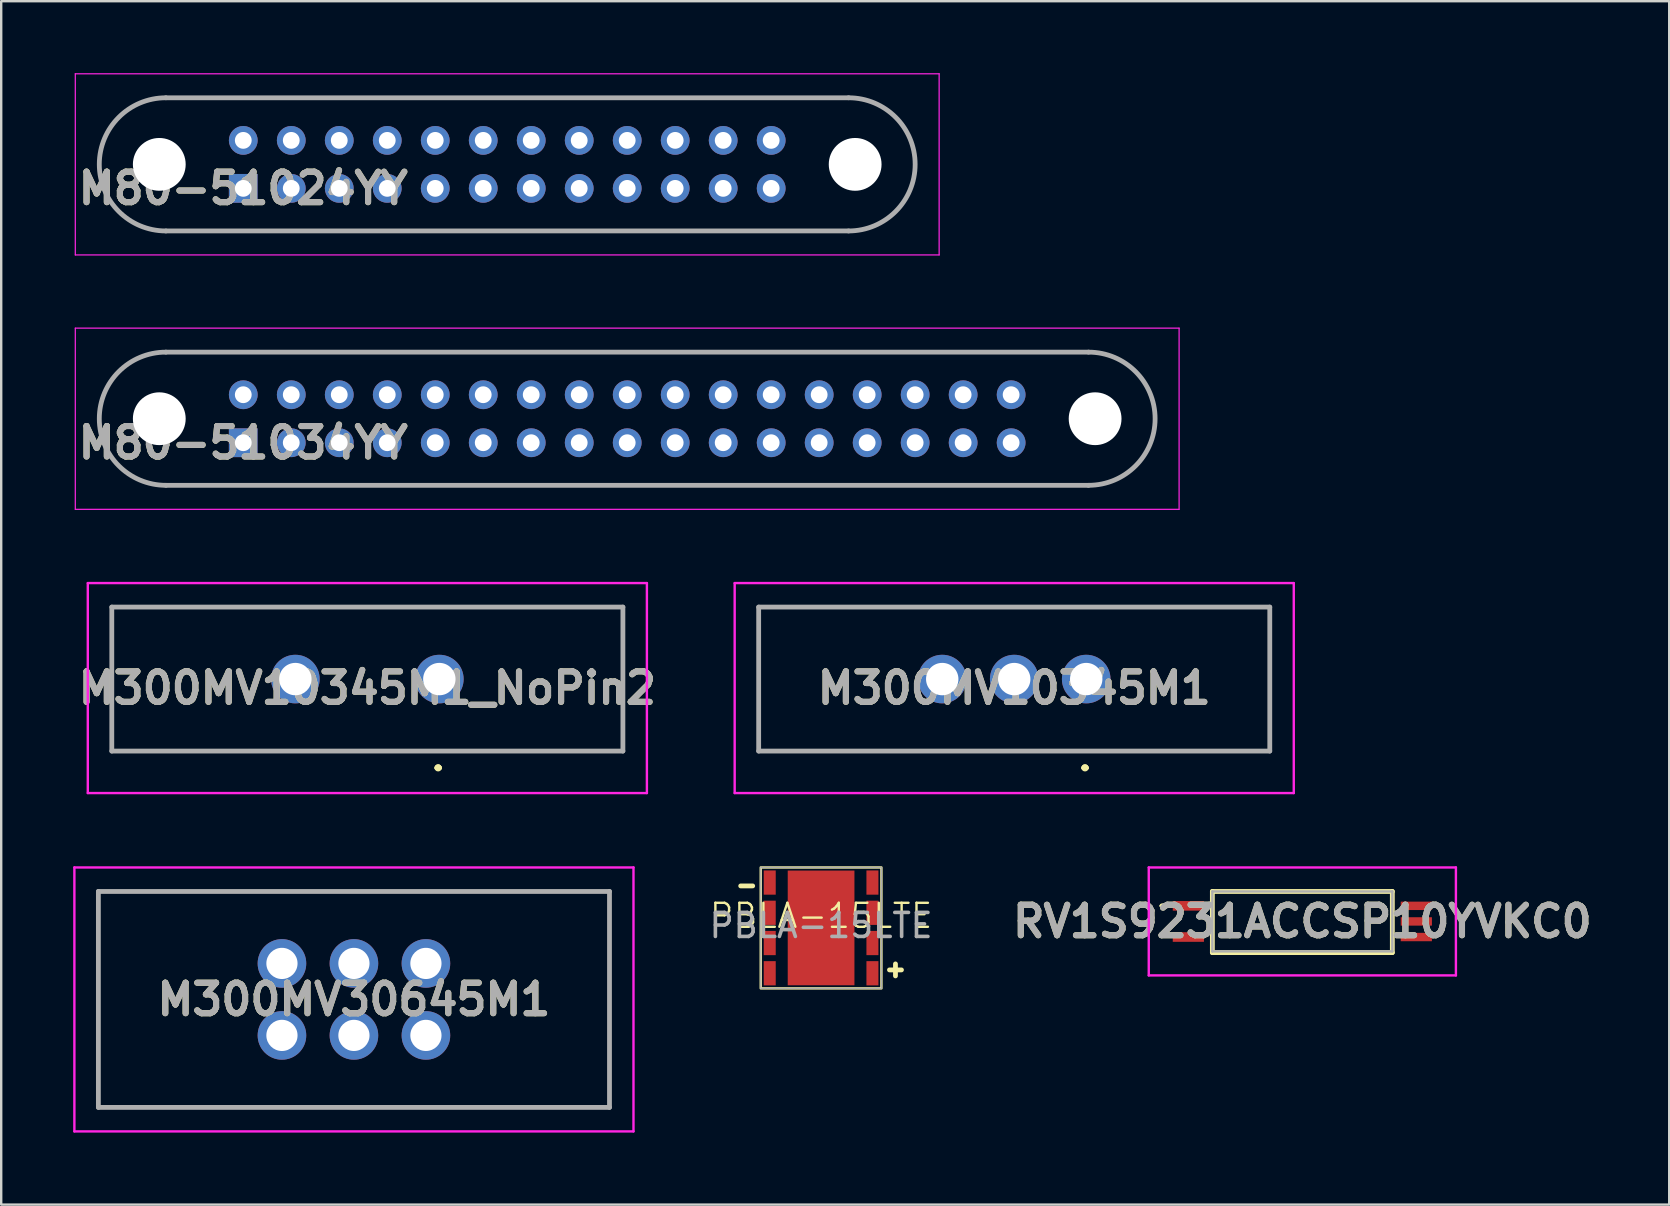
<source format=kicad_pcb>
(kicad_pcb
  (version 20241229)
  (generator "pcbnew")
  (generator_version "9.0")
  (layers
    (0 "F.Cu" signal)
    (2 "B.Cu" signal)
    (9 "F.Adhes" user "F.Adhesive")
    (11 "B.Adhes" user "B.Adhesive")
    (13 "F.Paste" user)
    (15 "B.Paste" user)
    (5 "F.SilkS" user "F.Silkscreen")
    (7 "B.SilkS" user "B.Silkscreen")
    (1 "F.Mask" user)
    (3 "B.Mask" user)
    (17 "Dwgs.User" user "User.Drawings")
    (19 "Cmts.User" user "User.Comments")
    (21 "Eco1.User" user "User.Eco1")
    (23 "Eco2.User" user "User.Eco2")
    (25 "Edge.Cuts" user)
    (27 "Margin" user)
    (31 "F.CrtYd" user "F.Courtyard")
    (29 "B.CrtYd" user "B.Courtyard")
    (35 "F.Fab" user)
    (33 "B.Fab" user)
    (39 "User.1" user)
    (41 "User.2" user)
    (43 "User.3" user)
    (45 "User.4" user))
  (footprint "M300MV30645M1"
    (layer "F.Cu")
    (at 14.7 37.1)
    (property "Reference" "M300MV30645M1" (at -3 1.5 0) (layer "F.SilkS") (effects (font (size 1.27 1.27) (thickness 0.254))))
    (attr through_hole)
    (fp_line (start -13.65 -3) (end -13.65 6) (stroke (width 0.1) (type solid)) (layer "F.SilkS"))
    (fp_line (start -13.65 6) (end 7.65 6) (stroke (width 0.1) (type solid)) (layer "F.SilkS"))
    (fp_line (start 7.65 -3) (end -13.65 -3) (stroke (width 0.1) (type solid)) (layer "F.SilkS"))
    (fp_line (start 7.65 6) (end 7.65 -3) (stroke (width 0.1) (type solid)) (layer "F.SilkS"))
    (fp_line (start -14.65 -4) (end -14.65 7) (stroke (width 0.1) (type solid)) (layer "F.CrtYd"))
    (fp_line (start -14.65 7) (end 8.65 7) (stroke (width 0.1) (type solid)) (layer "F.CrtYd"))
    (fp_line (start 8.65 -4) (end -14.65 -4) (stroke (width 0.1) (type solid)) (layer "F.CrtYd"))
    (fp_line (start 8.65 7) (end 8.65 -4) (stroke (width 0.1) (type solid)) (layer "F.CrtYd"))
    (fp_line (start -13.65 -3) (end -13.65 6) (stroke (width 0.2) (type solid)) (layer "F.Fab"))
    (fp_line (start -13.65 6) (end 7.65 6) (stroke (width 0.2) (type solid)) (layer "F.Fab"))
    (fp_line (start 7.65 -3) (end -13.65 -3) (stroke (width 0.2) (type solid)) (layer "F.Fab"))
    (fp_line (start 7.65 6) (end 7.65 -3) (stroke (width 0.2) (type solid)) (layer "F.Fab"))
    (fp_text user "${REFERENCE}" (at -3 1.5 0) (layer "F.Fab") (effects (font (size 1.27 1.27) (thickness 0.254))))
    (pad "1" thru_hole circle (at 0 0) (size 2.025 2.025) (drill 1.3) (layers "*.Cu" "*.Mask"))
    (pad "2" thru_hole circle (at -3 0) (size 2.025 2.025) (drill 1.3) (layers "*.Cu" "*.Mask"))
    (pad "3" thru_hole circle (at -6 0) (size 2.025 2.025) (drill 1.3) (layers "*.Cu" "*.Mask"))
    (pad "4" thru_hole circle (at 0 3) (size 2.025 2.025) (drill 1.3) (layers "*.Cu" "*.Mask"))
    (pad "5" thru_hole circle (at -3 3) (size 2.025 2.025) (drill 1.3) (layers "*.Cu" "*.Mask"))
    (pad "6" thru_hole circle (at -6 3) (size 2.025 2.025) (drill 1.3) (layers "*.Cu" "*.Mask")))
  (footprint "PBLA-15LTE"
    (layer "F.Cu")
    (at 31.168 35.62)
    (property "Reference" "PBLA-15LTE" (at 0 -0.505 0) (unlocked yes) (layer "F.SilkS") (effects (font (size 1 1) (thickness 0.1))))
    (attr smd)
    (fp_rect (start -2.515 -2.52) (end 2.515 2.52) (stroke (width 0) (type solid)) (fill yes) (layer "F.Mask"))
    (fp_line (start -3.35 -1.75) (end -2.85 -1.75) (stroke (width 0.2) (type default)) (layer "F.SilkS"))
    (fp_line (start 2.85 1.75) (end 3.35 1.75) (stroke (width 0.2) (type default)) (layer "F.SilkS"))
    (fp_line (start 3.1 2) (end 3.1 1.5) (stroke (width 0.2) (type default)) (layer "F.SilkS"))
    (fp_rect (start -2.515 -2.52) (end 2.515 2.52) (stroke (width 0.1) (type default)) (fill no) (layer "F.SilkS"))
    (fp_rect (start -2.515 -2.52) (end 2.515 2.52) (stroke (width 0.05) (type default)) (fill no) (layer "F.Fab"))
    (fp_text user "${REFERENCE}" (at 0 -0.1 0) (unlocked yes) (layer "F.Fab") (effects (font (size 1 1) (thickness 0.15))))
    (pad "1" smd rect (at 2.14 -1.89 180) (size 0.5 1.01) (layers "F.Cu" "F.Mask" "F.Paste"))
    (pad "2" smd rect (at 2.14 -0.63 180) (size 0.5 1.01) (layers "F.Cu" "F.Mask" "F.Paste"))
    (pad "3" smd rect (at 2.14 0.63 180) (size 0.5 1.01) (layers "F.Cu" "F.Mask" "F.Paste"))
    (pad "4" smd rect (at 2.14 1.89 180) (size 0.5 1.01) (layers "F.Cu" "F.Mask" "F.Paste"))
    (pad "5" smd rect (at -2.14 1.89) (size 0.5 1.01) (layers "F.Cu" "F.Mask" "F.Paste"))
    (pad "6" smd rect (at -2.14 0.63) (size 0.5 1.01) (layers "F.Cu" "F.Mask" "F.Paste"))
    (pad "7" smd rect (at -2.14 -0.63) (size 0.5 1.01) (layers "F.Cu" "F.Mask" "F.Paste"))
    (pad "8" smd rect (at -2.14 -1.89) (size 0.5 1.01) (layers "F.Cu" "F.Mask" "F.Paste"))
    (pad "EP" smd rect (at 0 0 180) (size 2.78 4.78) (layers "F.Cu" "F.Mask" "F.Paste")))
  (footprint "RV1S9231ACCSP10YVKC0"
    (layer "F.Cu")
    (at 51.224 35.35)
    (property "Reference" "RV1S9231ACCSP10YVKC0" (at 0 0 0) (layer "F.SilkS") (effects (font (size 1.27 1.27) (thickness 0.254))))
    (attr smd)
    (fp_line (start -5.9 -0.65) (end -5.9 -0.65) (stroke (width 0.1) (type solid)) (layer "F.SilkS"))
    (fp_line (start -5.8 -0.65) (end -5.8 -0.65) (stroke (width 0.1) (type solid)) (layer "F.SilkS"))
    (fp_line (start -3.75 -1.25) (end 3.75 -1.25) (stroke (width 0.2) (type solid)) (layer "F.SilkS"))
    (fp_line (start -3.75 1.3) (end -3.75 -1.25) (stroke (width 0.2) (type solid)) (layer "F.SilkS"))
    (fp_line (start 3.75 -1.25) (end 3.75 1.3) (stroke (width 0.2) (type solid)) (layer "F.SilkS"))
    (fp_line (start 3.75 1.3) (end -3.75 1.3) (stroke (width 0.2) (type solid)) (layer "F.SilkS"))
    (fp_arc (start -5.9 -0.65) (mid -5.85 -0.7) (end -5.8 -0.65) (stroke (width 0.1) (type solid)) (layer "F.SilkS"))
    (fp_arc (start -5.8 -0.65) (mid -5.85 -0.6) (end -5.9 -0.65) (stroke (width 0.1) (type solid)) (layer "F.SilkS"))
    (fp_line (start -6.4 -2.25) (end 6.4 -2.25) (stroke (width 0.1) (type solid)) (layer "F.CrtYd"))
    (fp_line (start -6.4 2.25) (end -6.4 -2.25) (stroke (width 0.1) (type solid)) (layer "F.CrtYd"))
    (fp_line (start 6.4 -2.25) (end 6.4 2.25) (stroke (width 0.1) (type solid)) (layer "F.CrtYd"))
    (fp_line (start 6.4 2.25) (end -6.4 2.25) (stroke (width 0.1) (type solid)) (layer "F.CrtYd"))
    (fp_line (start -3.75 -1.25) (end 3.75 -1.25) (stroke (width 0.1) (type solid)) (layer "F.Fab"))
    (fp_line (start -3.75 1.25) (end -3.75 -1.25) (stroke (width 0.1) (type solid)) (layer "F.Fab"))
    (fp_line (start 3.75 -1.25) (end 3.75 1.25) (stroke (width 0.1) (type solid)) (layer "F.Fab"))
    (fp_line (start 3.75 1.25) (end -3.75 1.25) (stroke (width 0.1) (type solid)) (layer "F.Fab"))
    (fp_text user "${REFERENCE}" (at 0 0 0) (layer "F.Fab") (effects (font (size 1.27 1.27) (thickness 0.254))))
    (pad "1" smd rect (at -4.75 -0.65 90) (size 0.4 1.3) (layers "F.Cu" "F.Mask" "F.Paste"))
    (pad "2" smd rect (at -4.75 0.65 90) (size 0.4 1.3) (layers "F.Cu" "F.Mask" "F.Paste"))
    (pad "3" smd rect (at 4.75 0.65 90) (size 0.35 1.3) (layers "F.Cu" "F.Mask" "F.Paste"))
    (pad "4" smd rect (at 4.75 0 90) (size 0.35 1.3) (layers "F.Cu" "F.Mask" "F.Paste"))
    (pad "5" smd rect (at 4.75 -0.65 90) (size 0.35 1.3) (layers "F.Cu" "F.Mask" "F.Paste")))
  (footprint "M80-51024YY"
    (layer "F.Cu")
    (at 7.088 4.8)
    (property "Reference" "M80-51024YY" (at 0 0 0) (layer "F.SilkS") (effects (font (size 1.27 1.27) (thickness 0.254))))
    (attr through_hole)
    (fp_line (start -3.225 -3.775) (end 25.225 -3.775) (stroke (width 0.1) (type solid)) (layer "F.SilkS"))
    (fp_line (start 25.225 1.775) (end -3.225 1.775) (stroke (width 0.1) (type solid)) (layer "F.SilkS"))
    (fp_arc (start -3.225 1.775) (mid -6 -1) (end -3.225 -3.775) (stroke (width 0.1) (type solid)) (layer "F.SilkS"))
    (fp_arc (start 25.225 -3.775) (mid 28 -1) (end 25.225 1.775) (stroke (width 0.1) (type solid)) (layer "F.SilkS"))
    (fp_line (start -7 -4.775) (end 29 -4.775) (stroke (width 0.05) (type solid)) (layer "F.CrtYd"))
    (fp_line (start -7 2.775) (end -7 -4.775) (stroke (width 0.05) (type solid)) (layer "F.CrtYd"))
    (fp_line (start 29 -4.775) (end 29 2.775) (stroke (width 0.05) (type solid)) (layer "F.CrtYd"))
    (fp_line (start 29 2.775) (end -7 2.775) (stroke (width 0.05) (type solid)) (layer "F.CrtYd"))
    (fp_line (start -3.225 -3.775) (end 25.225 -3.775) (stroke (width 0.2) (type solid)) (layer "F.Fab"))
    (fp_line (start 25.225 1.775) (end -3.225 1.775) (stroke (width 0.2) (type solid)) (layer "F.Fab"))
    (fp_arc (start -3.225 1.775) (mid -6 -1) (end -3.225 -3.775) (stroke (width 0.2) (type solid)) (layer "F.Fab"))
    (fp_arc (start 25.225 -3.775) (mid 28 -1) (end 25.225 1.775) (stroke (width 0.2) (type solid)) (layer "F.Fab"))
    (fp_text user "${REFERENCE}" (at 0 0 0) (layer "F.Fab") (effects (font (size 1.27 1.27) (thickness 0.254))))
    (pad "" np_thru_hole circle (at -3.5 -1) (size 2.2 2.2) (drill 2.2) (layers "*.Cu" "*.Mask"))
    (pad "" np_thru_hole circle (at 25.5 -1) (size 2.2 2.2) (drill 2.2) (layers "*.Cu" "*.Mask"))
    (pad "1" thru_hole rect (at 0 0) (size 1.2 1.2) (drill 0.7) (layers "*.Cu" "*.Mask"))
    (pad "2" thru_hole circle (at 2 0) (size 1.2 1.2) (drill 0.7) (layers "*.Cu" "*.Mask"))
    (pad "3" thru_hole circle (at 4 0) (size 1.2 1.2) (drill 0.7) (layers "*.Cu" "*.Mask"))
    (pad "4" thru_hole circle (at 6 0) (size 1.2 1.2) (drill 0.7) (layers "*.Cu" "*.Mask"))
    (pad "5" thru_hole circle (at 8 0) (size 1.2 1.2) (drill 0.7) (layers "*.Cu" "*.Mask"))
    (pad "6" thru_hole circle (at 10 0) (size 1.2 1.2) (drill 0.7) (layers "*.Cu" "*.Mask"))
    (pad "7" thru_hole circle (at 12 0) (size 1.2 1.2) (drill 0.7) (layers "*.Cu" "*.Mask"))
    (pad "8" thru_hole circle (at 14 0) (size 1.2 1.2) (drill 0.7) (layers "*.Cu" "*.Mask"))
    (pad "9" thru_hole circle (at 16 0) (size 1.2 1.2) (drill 0.7) (layers "*.Cu" "*.Mask"))
    (pad "10" thru_hole circle (at 18 0) (size 1.2 1.2) (drill 0.7) (layers "*.Cu" "*.Mask"))
    (pad "11" thru_hole circle (at 20 0) (size 1.2 1.2) (drill 0.7) (layers "*.Cu" "*.Mask"))
    (pad "12" thru_hole circle (at 22 0) (size 1.2 1.2) (drill 0.7) (layers "*.Cu" "*.Mask"))
    (pad "13" thru_hole circle (at 0 -2) (size 1.2 1.2) (drill 0.7) (layers "*.Cu" "*.Mask"))
    (pad "14" thru_hole circle (at 2 -2) (size 1.2 1.2) (drill 0.7) (layers "*.Cu" "*.Mask"))
    (pad "15" thru_hole circle (at 4 -2) (size 1.2 1.2) (drill 0.7) (layers "*.Cu" "*.Mask"))
    (pad "16" thru_hole circle (at 6 -2) (size 1.2 1.2) (drill 0.7) (layers "*.Cu" "*.Mask"))
    (pad "17" thru_hole circle (at 8 -2) (size 1.2 1.2) (drill 0.7) (layers "*.Cu" "*.Mask"))
    (pad "18" thru_hole circle (at 10 -2) (size 1.2 1.2) (drill 0.7) (layers "*.Cu" "*.Mask"))
    (pad "19" thru_hole circle (at 12 -2) (size 1.2 1.2) (drill 0.7) (layers "*.Cu" "*.Mask"))
    (pad "20" thru_hole circle (at 14 -2) (size 1.2 1.2) (drill 0.7) (layers "*.Cu" "*.Mask"))
    (pad "21" thru_hole circle (at 16 -2) (size 1.2 1.2) (drill 0.7) (layers "*.Cu" "*.Mask"))
    (pad "22" thru_hole circle (at 18 -2) (size 1.2 1.2) (drill 0.7) (layers "*.Cu" "*.Mask"))
    (pad "23" thru_hole circle (at 20 -2) (size 1.2 1.2) (drill 0.7) (layers "*.Cu" "*.Mask"))
    (pad "24" thru_hole circle (at 22 -2) (size 1.2 1.2) (drill 0.7) (layers "*.Cu" "*.Mask")))
  (footprint "M300MV10345M1"
    (layer "F.Cu")
    (at 42.217 25.25)
    (property "Reference" "M300MV10345M1" (at -3 0.375 0) (layer "F.SilkS") (effects (font (size 1.27 1.27) (thickness 0.254))))
    (attr through_hole)
    (fp_line (start -13.65 -3) (end -13.65 3) (stroke (width 0.1) (type solid)) (layer "F.SilkS"))
    (fp_line (start -13.65 3) (end 7.65 3) (stroke (width 0.1) (type solid)) (layer "F.SilkS"))
    (fp_line (start -0.1 3.7) (end -0.1 3.7) (stroke (width 0.2) (type solid)) (layer "F.SilkS"))
    (fp_line (start 0 3.7) (end 0 3.7) (stroke (width 0.2) (type solid)) (layer "F.SilkS"))
    (fp_line (start 0 3.7) (end 0 3.7) (stroke (width 0.2) (type solid)) (layer "F.SilkS"))
    (fp_line (start 7.65 -3) (end -13.65 -3) (stroke (width 0.1) (type solid)) (layer "F.SilkS"))
    (fp_line (start 7.65 3) (end 7.65 -3) (stroke (width 0.1) (type solid)) (layer "F.SilkS"))
    (fp_arc (start -0.1 3.7) (mid -0.05 3.65) (end 0 3.7) (stroke (width 0.2) (type solid)) (layer "F.SilkS"))
    (fp_arc (start -0.1 3.7) (mid -0.05 3.65) (end 0 3.7) (stroke (width 0.2) (type solid)) (layer "F.SilkS"))
    (fp_arc (start 0 3.7) (mid -0.05 3.75) (end -0.1 3.7) (stroke (width 0.2) (type solid)) (layer "F.SilkS"))
    (fp_line (start -14.65 -4) (end -14.65 4.75) (stroke (width 0.1) (type solid)) (layer "F.CrtYd"))
    (fp_line (start -14.65 4.75) (end 8.65 4.75) (stroke (width 0.1) (type solid)) (layer "F.CrtYd"))
    (fp_line (start 8.65 -4) (end -14.65 -4) (stroke (width 0.1) (type solid)) (layer "F.CrtYd"))
    (fp_line (start 8.65 4.75) (end 8.65 -4) (stroke (width 0.1) (type solid)) (layer "F.CrtYd"))
    (fp_line (start -13.65 -3) (end 7.65 -3) (stroke (width 0.2) (type solid)) (layer "F.Fab"))
    (fp_line (start -13.65 3) (end -13.65 -3) (stroke (width 0.2) (type solid)) (layer "F.Fab"))
    (fp_line (start 7.65 -3) (end 7.65 3) (stroke (width 0.2) (type solid)) (layer "F.Fab"))
    (fp_line (start 7.65 3) (end -13.65 3) (stroke (width 0.2) (type solid)) (layer "F.Fab"))
    (fp_text user "${REFERENCE}" (at -3 0.375 0) (layer "F.Fab") (effects (font (size 1.27 1.27) (thickness 0.254))))
    (pad "1" thru_hole circle (at 0 0) (size 2.025 2.025) (drill 1.35) (layers "*.Cu" "*.Mask"))
    (pad "2" thru_hole circle (at -3 0) (size 2.025 2.025) (drill 1.35) (layers "*.Cu" "*.Mask"))
    (pad "3" thru_hole circle (at -6 0) (size 2.025 2.025) (drill 1.35) (layers "*.Cu" "*.Mask")))
  (footprint "M80-51034YY"
    (layer "F.Cu")
    (at 7.088 15.4)
    (property "Reference" "M80-51034YY" (at 0 0 0) (layer "F.SilkS") (effects (font (size 1.27 1.27) (thickness 0.254))))
    (attr through_hole)
    (fp_line (start -3.225 -3.775) (end 35.225 -3.775) (stroke (width 0.1) (type solid)) (layer "F.SilkS"))
    (fp_line (start 35.225 1.775) (end -3.225 1.775) (stroke (width 0.1) (type solid)) (layer "F.SilkS"))
    (fp_arc (start -3.225 1.775) (mid -6 -1) (end -3.225 -3.775) (stroke (width 0.1) (type solid)) (layer "F.SilkS"))
    (fp_arc (start 35.225 -3.775) (mid 38 -1) (end 35.225 1.775) (stroke (width 0.1) (type solid)) (layer "F.SilkS"))
    (fp_line (start -7 -4.775) (end 39 -4.775) (stroke (width 0.05) (type solid)) (layer "F.CrtYd"))
    (fp_line (start -7 2.775) (end -7 -4.775) (stroke (width 0.05) (type solid)) (layer "F.CrtYd"))
    (fp_line (start 39 -4.775) (end 39 2.775) (stroke (width 0.05) (type solid)) (layer "F.CrtYd"))
    (fp_line (start 39 2.775) (end -7 2.775) (stroke (width 0.05) (type solid)) (layer "F.CrtYd"))
    (fp_line (start -3.225 -3.775) (end 35.225 -3.775) (stroke (width 0.2) (type solid)) (layer "F.Fab"))
    (fp_line (start 35.225 1.775) (end -3.225 1.775) (stroke (width 0.2) (type solid)) (layer "F.Fab"))
    (fp_arc (start -3.225 1.775) (mid -6 -1) (end -3.225 -3.775) (stroke (width 0.2) (type solid)) (layer "F.Fab"))
    (fp_arc (start 35.225 -3.775) (mid 38 -1) (end 35.225 1.775) (stroke (width 0.2) (type solid)) (layer "F.Fab"))
    (fp_text user "${REFERENCE}" (at 0 0 0) (layer "F.Fab") (effects (font (size 1.27 1.27) (thickness 0.254))))
    (pad "" np_thru_hole circle (at -3.5 -1) (size 2.2 2.2) (drill 2.2) (layers "*.Cu" "*.Mask"))
    (pad "" np_thru_hole circle (at 35.5 -1) (size 2.2 2.2) (drill 2.2) (layers "*.Cu" "*.Mask"))
    (pad "1" thru_hole rect (at 0 0) (size 1.2 1.2) (drill 0.7) (layers "*.Cu" "*.Mask"))
    (pad "2" thru_hole circle (at 2 0) (size 1.2 1.2) (drill 0.7) (layers "*.Cu" "*.Mask"))
    (pad "3" thru_hole circle (at 4 0) (size 1.2 1.2) (drill 0.7) (layers "*.Cu" "*.Mask"))
    (pad "4" thru_hole circle (at 6 0) (size 1.2 1.2) (drill 0.7) (layers "*.Cu" "*.Mask"))
    (pad "5" thru_hole circle (at 8 0) (size 1.2 1.2) (drill 0.7) (layers "*.Cu" "*.Mask"))
    (pad "6" thru_hole circle (at 10 0) (size 1.2 1.2) (drill 0.7) (layers "*.Cu" "*.Mask"))
    (pad "7" thru_hole circle (at 12 0) (size 1.2 1.2) (drill 0.7) (layers "*.Cu" "*.Mask"))
    (pad "8" thru_hole circle (at 14 0) (size 1.2 1.2) (drill 0.7) (layers "*.Cu" "*.Mask"))
    (pad "9" thru_hole circle (at 16 0) (size 1.2 1.2) (drill 0.7) (layers "*.Cu" "*.Mask"))
    (pad "10" thru_hole circle (at 18 0) (size 1.2 1.2) (drill 0.7) (layers "*.Cu" "*.Mask"))
    (pad "11" thru_hole circle (at 20 0) (size 1.2 1.2) (drill 0.7) (layers "*.Cu" "*.Mask"))
    (pad "12" thru_hole circle (at 22 0) (size 1.2 1.2) (drill 0.7) (layers "*.Cu" "*.Mask"))
    (pad "13" thru_hole circle (at 24 0) (size 1.2 1.2) (drill 0.7) (layers "*.Cu" "*.Mask"))
    (pad "14" thru_hole circle (at 26 0) (size 1.2 1.2) (drill 0.7) (layers "*.Cu" "*.Mask"))
    (pad "15" thru_hole circle (at 28 0) (size 1.2 1.2) (drill 0.7) (layers "*.Cu" "*.Mask"))
    (pad "16" thru_hole circle (at 30 0) (size 1.2 1.2) (drill 0.7) (layers "*.Cu" "*.Mask"))
    (pad "17" thru_hole circle (at 32 0) (size 1.2 1.2) (drill 0.7) (layers "*.Cu" "*.Mask"))
    (pad "18" thru_hole circle (at 0 -2) (size 1.2 1.2) (drill 0.7) (layers "*.Cu" "*.Mask"))
    (pad "19" thru_hole circle (at 2 -2) (size 1.2 1.2) (drill 0.7) (layers "*.Cu" "*.Mask"))
    (pad "20" thru_hole circle (at 4 -2) (size 1.2 1.2) (drill 0.7) (layers "*.Cu" "*.Mask"))
    (pad "21" thru_hole circle (at 6 -2) (size 1.2 1.2) (drill 0.7) (layers "*.Cu" "*.Mask"))
    (pad "22" thru_hole circle (at 8 -2) (size 1.2 1.2) (drill 0.7) (layers "*.Cu" "*.Mask"))
    (pad "23" thru_hole circle (at 10 -2) (size 1.2 1.2) (drill 0.7) (layers "*.Cu" "*.Mask"))
    (pad "24" thru_hole circle (at 12 -2) (size 1.2 1.2) (drill 0.7) (layers "*.Cu" "*.Mask"))
    (pad "25" thru_hole circle (at 14 -2) (size 1.2 1.2) (drill 0.7) (layers "*.Cu" "*.Mask"))
    (pad "26" thru_hole circle (at 16 -2) (size 1.2 1.2) (drill 0.7) (layers "*.Cu" "*.Mask"))
    (pad "27" thru_hole circle (at 18 -2) (size 1.2 1.2) (drill 0.7) (layers "*.Cu" "*.Mask"))
    (pad "28" thru_hole circle (at 20 -2) (size 1.2 1.2) (drill 0.7) (layers "*.Cu" "*.Mask"))
    (pad "29" thru_hole circle (at 22 -2) (size 1.2 1.2) (drill 0.7) (layers "*.Cu" "*.Mask"))
    (pad "30" thru_hole circle (at 24 -2) (size 1.2 1.2) (drill 0.7) (layers "*.Cu" "*.Mask"))
    (pad "31" thru_hole circle (at 26 -2) (size 1.2 1.2) (drill 0.7) (layers "*.Cu" "*.Mask"))
    (pad "32" thru_hole circle (at 28 -2) (size 1.2 1.2) (drill 0.7) (layers "*.Cu" "*.Mask"))
    (pad "33" thru_hole circle (at 30 -2) (size 1.2 1.2) (drill 0.7) (layers "*.Cu" "*.Mask"))
    (pad "34" thru_hole circle (at 32 -2) (size 1.2 1.2) (drill 0.7) (layers "*.Cu" "*.Mask")))
  (footprint "M300MV10345M1_NoPin2"
    (layer "F.Cu")
    (at 15.259 25.25)
    (property "Reference" "M300MV10345M1_NoPin2" (at -3 0.375 0) (layer "F.SilkS") (effects (font (size 1.27 1.27) (thickness 0.254))))
    (attr through_hole)
    (fp_line (start -13.65 -3) (end -13.65 3) (stroke (width 0.1) (type solid)) (layer "F.SilkS"))
    (fp_line (start -13.65 3) (end 7.65 3) (stroke (width 0.1) (type solid)) (layer "F.SilkS"))
    (fp_line (start -0.1 3.7) (end -0.1 3.7) (stroke (width 0.2) (type solid)) (layer "F.SilkS"))
    (fp_line (start 0 3.7) (end 0 3.7) (stroke (width 0.2) (type solid)) (layer "F.SilkS"))
    (fp_line (start 0 3.7) (end 0 3.7) (stroke (width 0.2) (type solid)) (layer "F.SilkS"))
    (fp_line (start 7.65 -3) (end -13.65 -3) (stroke (width 0.1) (type solid)) (layer "F.SilkS"))
    (fp_line (start 7.65 3) (end 7.65 -3) (stroke (width 0.1) (type solid)) (layer "F.SilkS"))
    (fp_arc (start -0.1 3.7) (mid -0.05 3.65) (end 0 3.7) (stroke (width 0.2) (type solid)) (layer "F.SilkS"))
    (fp_arc (start -0.1 3.7) (mid -0.05 3.65) (end 0 3.7) (stroke (width 0.2) (type solid)) (layer "F.SilkS"))
    (fp_arc (start 0 3.7) (mid -0.05 3.75) (end -0.1 3.7) (stroke (width 0.2) (type solid)) (layer "F.SilkS"))
    (fp_line (start -14.65 -4) (end -14.65 4.75) (stroke (width 0.1) (type solid)) (layer "F.CrtYd"))
    (fp_line (start -14.65 4.75) (end 8.65 4.75) (stroke (width 0.1) (type solid)) (layer "F.CrtYd"))
    (fp_line (start 8.65 -4) (end -14.65 -4) (stroke (width 0.1) (type solid)) (layer "F.CrtYd"))
    (fp_line (start 8.65 4.75) (end 8.65 -4) (stroke (width 0.1) (type solid)) (layer "F.CrtYd"))
    (fp_line (start -13.65 -3) (end 7.65 -3) (stroke (width 0.2) (type solid)) (layer "F.Fab"))
    (fp_line (start -13.65 3) (end -13.65 -3) (stroke (width 0.2) (type solid)) (layer "F.Fab"))
    (fp_line (start 7.65 -3) (end 7.65 3) (stroke (width 0.2) (type solid)) (layer "F.Fab"))
    (fp_line (start 7.65 3) (end -13.65 3) (stroke (width 0.2) (type solid)) (layer "F.Fab"))
    (fp_text user "${REFERENCE}" (at -3 0.375 0) (layer "F.Fab") (effects (font (size 1.27 1.27) (thickness 0.254))))
    (pad "1" thru_hole circle (at 0 0) (size 2.025 2.025) (drill 1.35) (layers "*.Cu" "*.Mask"))
    (pad "3" thru_hole circle (at -6 0) (size 2.025 2.025) (drill 1.35) (layers "*.Cu" "*.Mask")))
  (gr_rect
    (start -3 -3)
    (end 66.513 47.15)
    (stroke (width 0.1) (type default))
    (fill no)
    (layer "Edge.Cuts")))
</source>
